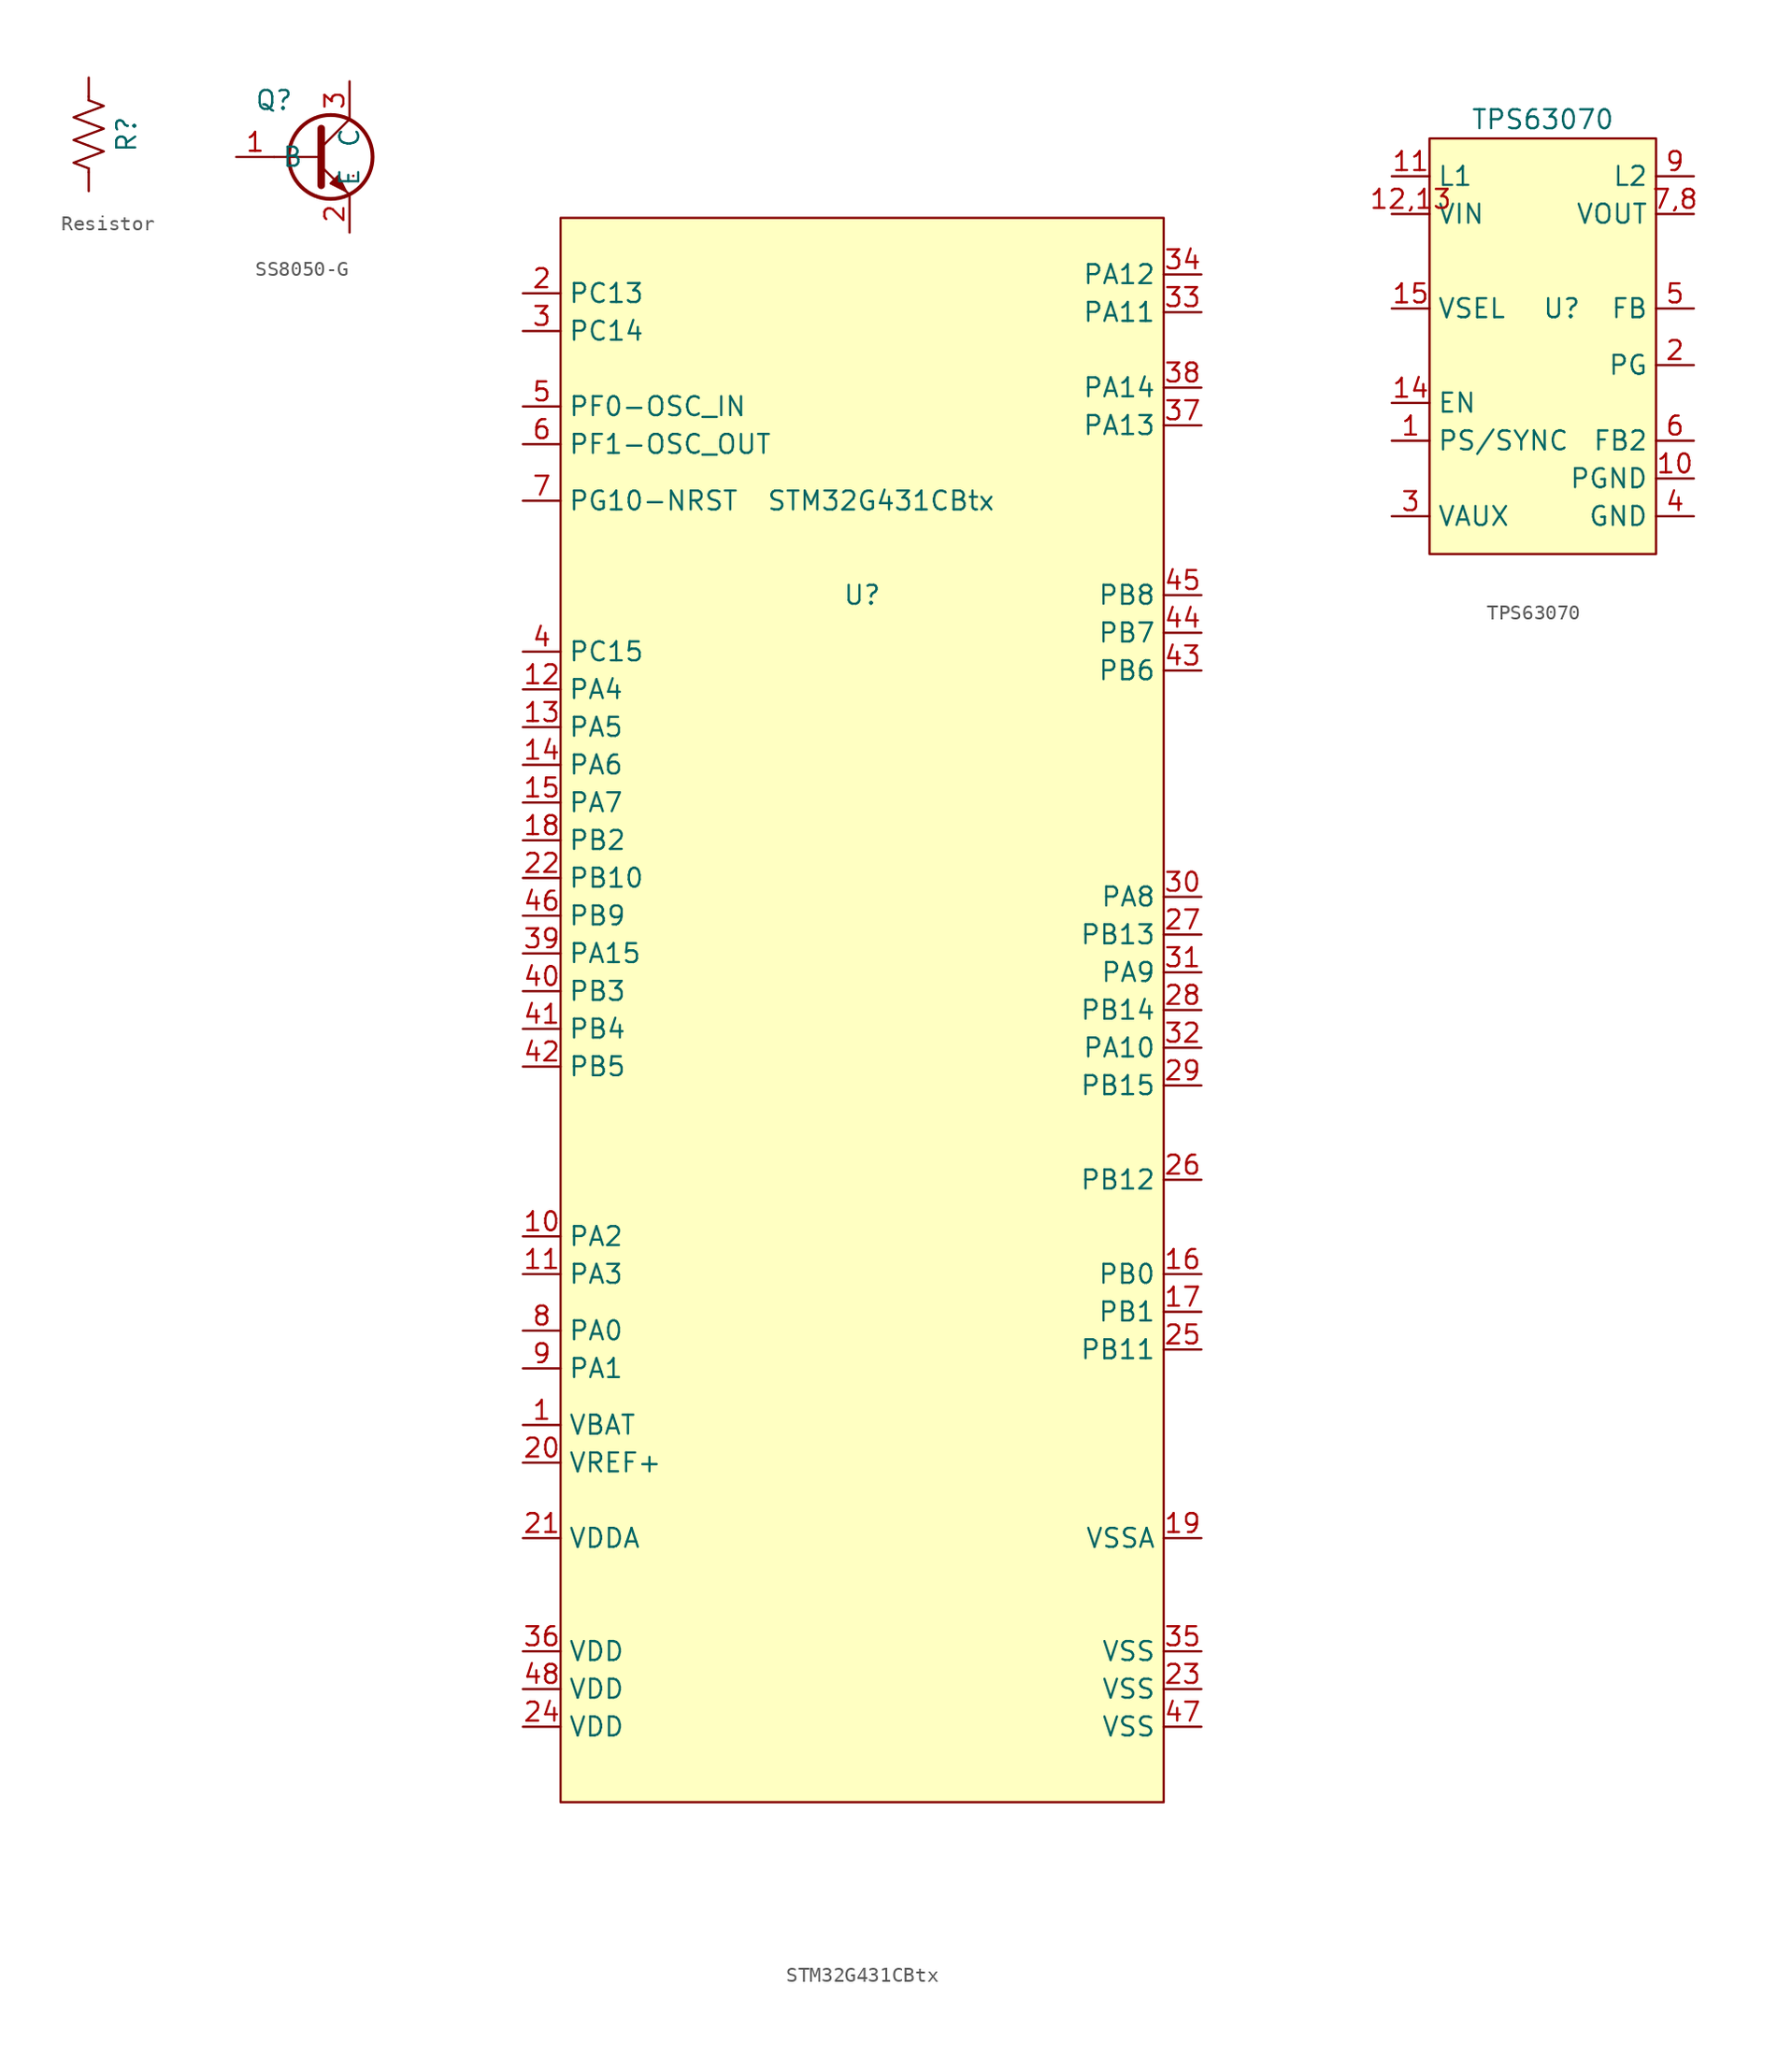
<source format=kicad_sym>
(kicad_symbol_lib
  (version 20220914)
  (generator kicad_symbol_editor)
  (symbol "Resistor"
    (pin_numbers hide)
    (pin_names
      (offset 0))
    (property "Reference" "R"
      (at 2.54 0 90)
      (effects (font (size 1.27 1.27))))
    (symbol "Resistor_0_1"
      (polyline (pts (xy 0 -2.286) (xy 0 -2.54)) (stroke (width 0) (type default)) (fill (type none)))
      (polyline (pts (xy 0 2.286) (xy 0 2.54)) (stroke (width 0) (type default)) (fill (type none)))
      (polyline (pts (xy 0 -0.762) (xy 1.016 -1.143) (xy 0 -1.524) (xy -1.016 -1.905) (xy 0 -2.286)) (stroke (width 0) (type default)) (fill (type none)))
      (polyline (pts (xy 0 0.762) (xy 1.016 0.381) (xy 0 0) (xy -1.016 -0.381) (xy 0 -0.762)) (stroke (width 0) (type default)) (fill (type none)))
      (polyline (pts (xy 0 2.286) (xy 1.016 1.905) (xy 0 1.524) (xy -1.016 1.143) (xy 0 0.762)) (stroke (width 0) (type default)) (fill (type none))))
    (symbol "Resistor_1_1"
      (pin passive line (at 0 3.81 270) (length 1.27) (name "~" (effects (font (size 1.27 1.27)))) (number "1" (effects (font (size 1.27 1.27)))))
      (pin passive line (at 0 -3.81 90) (length 1.27) (name "~" (effects (font (size 1.27 1.27)))) (number "2" (effects (font (size 1.27 1.27)))))))
  (symbol "SS8050-G"
    (property "Reference" "Q"
      (at 2.54 3.81 0)
      (effects (font (size 1.27 1.27))))
    (symbol "SS8050-G_0_1"
      (polyline (pts (xy 2.54 0) (xy 5.715 0)) (stroke (width 0.152) (type default)) (fill (type none)))
      (polyline (pts (xy 5.715 0.635) (xy 7.62 2.54)) (stroke (width 0) (type default)) (fill (type none)))
      (polyline (pts (xy 7.874 -1.27) (xy 7.874 -1.27)) (stroke (width 0.152) (type default)) (fill (type none)))
      (polyline (pts (xy 7.874 -1.27) (xy 7.874 -1.27)) (stroke (width 0.152) (type default)) (fill (type none)))
      (polyline (pts (xy 5.715 -0.635) (xy 7.62 -2.54) (xy 7.62 -2.54)) (stroke (width 0) (type default)) (fill (type none)))
      (polyline (pts (xy 5.715 1.905) (xy 5.715 -1.905) (xy 5.715 -1.905)) (stroke (width 0.508) (type default)) (fill (type none)))
      (polyline (pts (xy 6.35 -1.778) (xy 6.858 -1.27) (xy 7.366 -2.286) (xy 6.35 -1.778) (xy 6.35 -1.778)) (stroke (width 0) (type default)) (fill (type outline)))
      (circle (center 6.35 0) (radius 2.819) (stroke (width 0.254) (type default)) (fill (type none))))
    (symbol "SS8050-G_1_1"
      (pin input line (at 0 0 0) (length 2.54) (name "B" (effects (font (size 1.27 1.27)))) (number "1" (effects (font (size 1.27 1.27)))))
      (pin open_emitter line (at 7.62 -5.08 90) (length 2.54) (name "E" (effects (font (size 1.27 1.27)))) (number "2" (effects (font (size 1.27 1.27)))))
      (pin open_collector line (at 7.62 5.08 270) (length 2.54) (name "C" (effects (font (size 1.27 1.27)))) (number "3" (effects (font (size 1.27 1.27)))))))
  (symbol "STM32G431CBtx"
    (property "Reference" "U"
      (at 0 27.94 0)
      (effects (font (size 1.27 1.27))))
    (property "Value" "STM32G431CBtx"
      (at 1.27 34.29 0)
      (effects (font (size 1.27 1.27))))
    (symbol "STM32G431CBtx_0_0"
      (pin bidirectional line (at -22.86 -27.94 0) (length 2.54) (name "VBAT" (effects (font (size 1.27 1.27)))) (number "1" (effects (font (size 1.27 1.27)))))
      (pin bidirectional line (at -22.86 -15.24 0) (length 2.54) (name "PA2" (effects (font (size 1.27 1.27)))) (number "10" (effects (font (size 1.27 1.27)))))
      (pin bidirectional line (at -22.86 -17.78 0) (length 2.54) (name "PA3" (effects (font (size 1.27 1.27)))) (number "11" (effects (font (size 1.27 1.27)))))
      (pin bidirectional line (at -22.86 21.59 0) (length 2.54) (name "PA4" (effects (font (size 1.27 1.27)))) (number "12" (effects (font (size 1.27 1.27)))))
      (pin bidirectional line (at -22.86 19.05 0) (length 2.54) (name "PA5" (effects (font (size 1.27 1.27)))) (number "13" (effects (font (size 1.27 1.27)))))
      (pin bidirectional line (at -22.86 16.51 0) (length 2.54) (name "PA6" (effects (font (size 1.27 1.27)))) (number "14" (effects (font (size 1.27 1.27)))))
      (pin bidirectional line (at -22.86 13.97 0) (length 2.54) (name "PA7" (effects (font (size 1.27 1.27)))) (number "15" (effects (font (size 1.27 1.27)))))
      (pin bidirectional line (at 22.86 -17.78 180) (length 2.54) (name "PB0" (effects (font (size 1.27 1.27)))) (number "16" (effects (font (size 1.27 1.27)))))
      (pin bidirectional line (at 22.86 -20.32 180) (length 2.54) (name "PB1" (effects (font (size 1.27 1.27)))) (number "17" (effects (font (size 1.27 1.27)))))
      (pin bidirectional line (at -22.86 11.43 0) (length 2.54) (name "PB2" (effects (font (size 1.27 1.27)))) (number "18" (effects (font (size 1.27 1.27)))))
      (pin bidirectional line (at 22.86 -35.56 180) (length 2.54) (name "VSSA" (effects (font (size 1.27 1.27)))) (number "19" (effects (font (size 1.27 1.27)))))
      (pin bidirectional line (at -22.86 48.26 0) (length 2.54) (name "PC13" (effects (font (size 1.27 1.27)))) (number "2" (effects (font (size 1.27 1.27)))))
      (pin bidirectional line (at -22.86 -30.48 0) (length 2.54) (name "VREF+" (effects (font (size 1.27 1.27)))) (number "20" (effects (font (size 1.27 1.27)))))
      (pin bidirectional line (at -22.86 -35.56 0) (length 2.54) (name "VDDA" (effects (font (size 1.27 1.27)))) (number "21" (effects (font (size 1.27 1.27)))))
      (pin bidirectional line (at -22.86 8.89 0) (length 2.54) (name "PB10" (effects (font (size 1.27 1.27)))) (number "22" (effects (font (size 1.27 1.27)))))
      (pin bidirectional line (at 22.86 -45.72 180) (length 2.54) (name "VSS" (effects (font (size 1.27 1.27)))) (number "23" (effects (font (size 1.27 1.27)))))
      (pin bidirectional line (at -22.86 -48.26 0) (length 2.54) (name "VDD" (effects (font (size 1.27 1.27)))) (number "24" (effects (font (size 1.27 1.27)))))
      (pin bidirectional line (at 22.86 -22.86 180) (length 2.54) (name "PB11" (effects (font (size 1.27 1.27)))) (number "25" (effects (font (size 1.27 1.27)))))
      (pin bidirectional line (at 22.86 -11.43 180) (length 2.54) (name "PB12" (effects (font (size 1.27 1.27)))) (number "26" (effects (font (size 1.27 1.27)))))
      (pin bidirectional line (at 22.86 5.08 180) (length 2.54) (name "PB13" (effects (font (size 1.27 1.27)))) (number "27" (effects (font (size 1.27 1.27)))))
      (pin bidirectional line (at 22.86 0 180) (length 2.54) (name "PB14" (effects (font (size 1.27 1.27)))) (number "28" (effects (font (size 1.27 1.27)))))
      (pin bidirectional line (at 22.86 -5.08 180) (length 2.54) (name "PB15" (effects (font (size 1.27 1.27)))) (number "29" (effects (font (size 1.27 1.27)))))
      (pin bidirectional line (at -22.86 45.72 0) (length 2.54) (name "PC14" (effects (font (size 1.27 1.27)))) (number "3" (effects (font (size 1.27 1.27)))))
      (pin bidirectional line (at 22.86 7.62 180) (length 2.54) (name "PA8" (effects (font (size 1.27 1.27)))) (number "30" (effects (font (size 1.27 1.27)))))
      (pin bidirectional line (at 22.86 2.54 180) (length 2.54) (name "PA9" (effects (font (size 1.27 1.27)))) (number "31" (effects (font (size 1.27 1.27)))))
      (pin bidirectional line (at 22.86 -2.54 180) (length 2.54) (name "PA10" (effects (font (size 1.27 1.27)))) (number "32" (effects (font (size 1.27 1.27)))))
      (pin bidirectional line (at 22.86 46.99 180) (length 2.54) (name "PA11" (effects (font (size 1.27 1.27)))) (number "33" (effects (font (size 1.27 1.27)))))
      (pin bidirectional line (at 22.86 49.53 180) (length 2.54) (name "PA12" (effects (font (size 1.27 1.27)))) (number "34" (effects (font (size 1.27 1.27)))))
      (pin bidirectional line (at 22.86 -43.18 180) (length 2.54) (name "VSS" (effects (font (size 1.27 1.27)))) (number "35" (effects (font (size 1.27 1.27)))))
      (pin bidirectional line (at -22.86 -43.18 0) (length 2.54) (name "VDD" (effects (font (size 1.27 1.27)))) (number "36" (effects (font (size 1.27 1.27)))))
      (pin bidirectional line (at 22.86 39.37 180) (length 2.54) (name "PA13" (effects (font (size 1.27 1.27)))) (number "37" (effects (font (size 1.27 1.27)))))
      (pin bidirectional line (at 22.86 41.91 180) (length 2.54) (name "PA14" (effects (font (size 1.27 1.27)))) (number "38" (effects (font (size 1.27 1.27)))))
      (pin bidirectional line (at -22.86 3.81 0) (length 2.54) (name "PA15" (effects (font (size 1.27 1.27)))) (number "39" (effects (font (size 1.27 1.27)))))
      (pin bidirectional line (at -22.86 24.13 0) (length 2.54) (name "PC15" (effects (font (size 1.27 1.27)))) (number "4" (effects (font (size 1.27 1.27)))))
      (pin bidirectional line (at -22.86 1.27 0) (length 2.54) (name "PB3" (effects (font (size 1.27 1.27)))) (number "40" (effects (font (size 1.27 1.27)))))
      (pin bidirectional line (at -22.86 -1.27 0) (length 2.54) (name "PB4" (effects (font (size 1.27 1.27)))) (number "41" (effects (font (size 1.27 1.27)))))
      (pin bidirectional line (at -22.86 -3.81 0) (length 2.54) (name "PB5" (effects (font (size 1.27 1.27)))) (number "42" (effects (font (size 1.27 1.27)))))
      (pin bidirectional line (at 22.86 22.86 180) (length 2.54) (name "PB6" (effects (font (size 1.27 1.27)))) (number "43" (effects (font (size 1.27 1.27)))))
      (pin bidirectional line (at 22.86 25.4 180) (length 2.54) (name "PB7" (effects (font (size 1.27 1.27)))) (number "44" (effects (font (size 1.27 1.27)))))
      (pin bidirectional line (at 22.86 27.94 180) (length 2.54) (name "PB8" (effects (font (size 1.27 1.27)))) (number "45" (effects (font (size 1.27 1.27)))))
      (pin bidirectional line (at -22.86 6.35 0) (length 2.54) (name "PB9" (effects (font (size 1.27 1.27)))) (number "46" (effects (font (size 1.27 1.27)))))
      (pin bidirectional line (at 22.86 -48.26 180) (length 2.54) (name "VSS" (effects (font (size 1.27 1.27)))) (number "47" (effects (font (size 1.27 1.27)))))
      (pin bidirectional line (at -22.86 -45.72 0) (length 2.54) (name "VDD" (effects (font (size 1.27 1.27)))) (number "48" (effects (font (size 1.27 1.27)))))
      (pin bidirectional line (at -22.86 40.64 0) (length 2.54) (name "PF0-OSC_IN" (effects (font (size 1.27 1.27)))) (number "5" (effects (font (size 1.27 1.27)))))
      (pin bidirectional line (at -22.86 38.1 0) (length 2.54) (name "PF1-OSC_OUT" (effects (font (size 1.27 1.27)))) (number "6" (effects (font (size 1.27 1.27)))))
      (pin bidirectional line (at -22.86 34.29 0) (length 2.54) (name "PG10-NRST" (effects (font (size 1.27 1.27)))) (number "7" (effects (font (size 1.27 1.27)))))
      (pin bidirectional line (at -22.86 -21.59 0) (length 2.54) (name "PA0" (effects (font (size 1.27 1.27)))) (number "8" (effects (font (size 1.27 1.27)))))
      (pin bidirectional line (at -22.86 -24.13 0) (length 2.54) (name "PA1" (effects (font (size 1.27 1.27)))) (number "9" (effects (font (size 1.27 1.27))))))
    (symbol "STM32G431CBtx_0_1"
      (rectangle (start -20.32 53.34) (end 20.32 -53.34) (stroke (width 0) (type default)) (fill (type background)))))
  (symbol "TPS63070"
    (property "Reference" "U"
      (at 1.27 -1.27 0)
      (effects (font (size 1.27 1.27))))
    (property "Value" "TPS63070"
      (at 0 11.43 0)
      (effects (font (size 1.27 1.27))))
    (symbol "TPS63070_0_1"
      (rectangle (start -7.62 10.16) (end 7.62 -17.78) (stroke (width 0) (type default)) (fill (type background))))
    (symbol "TPS63070_1_1"
      (pin input line (at -10.16 -10.16 0) (length 2.54) (name "PS/SYNC" (effects (font (size 1.27 1.27)))) (number "1" (effects (font (size 1.27 1.27)))))
      (pin input line (at 10.16 -12.7 180) (length 2.54) (name "PGND" (effects (font (size 1.27 1.27)))) (number "10" (effects (font (size 1.27 1.27)))))
      (pin input line (at -10.16 7.62 0) (length 2.54) (name "L1" (effects (font (size 1.27 1.27)))) (number "11" (effects (font (size 1.27 1.27)))))
      (pin input line (at -10.16 5.08 0) (length 2.54) (name "VIN" (effects (font (size 1.27 1.27)))) (number "12,13" (effects (font (size 1.27 1.27)))))
      (pin input line (at -10.16 -7.62 0) (length 2.54) (name "EN" (effects (font (size 1.27 1.27)))) (number "14" (effects (font (size 1.27 1.27)))))
      (pin input line (at -10.16 -1.27 0) (length 2.54) (name "VSEL" (effects (font (size 1.27 1.27)))) (number "15" (effects (font (size 1.27 1.27)))))
      (pin input line (at 10.16 -5.08 180) (length 2.54) (name "PG" (effects (font (size 1.27 1.27)))) (number "2" (effects (font (size 1.27 1.27)))))
      (pin input line (at -10.16 -15.24 0) (length 2.54) (name "VAUX" (effects (font (size 1.27 1.27)))) (number "3" (effects (font (size 1.27 1.27)))))
      (pin input line (at 10.16 -15.24 180) (length 2.54) (name "GND" (effects (font (size 1.27 1.27)))) (number "4" (effects (font (size 1.27 1.27)))))
      (pin input line (at 10.16 -1.27 180) (length 2.54) (name "FB" (effects (font (size 1.27 1.27)))) (number "5" (effects (font (size 1.27 1.27)))))
      (pin input line (at 10.16 -10.16 180) (length 2.54) (name "FB2" (effects (font (size 1.27 1.27)))) (number "6" (effects (font (size 1.27 1.27)))))
      (pin input line (at 10.16 5.08 180) (length 2.54) (name "VOUT" (effects (font (size 1.27 1.27)))) (number "7,8" (effects (font (size 1.27 1.27)))))
      (pin input line (at 10.16 7.62 180) (length 2.54) (name "L2" (effects (font (size 1.27 1.27)))) (number "9" (effects (font (size 1.27 1.27))))))))
</source>
